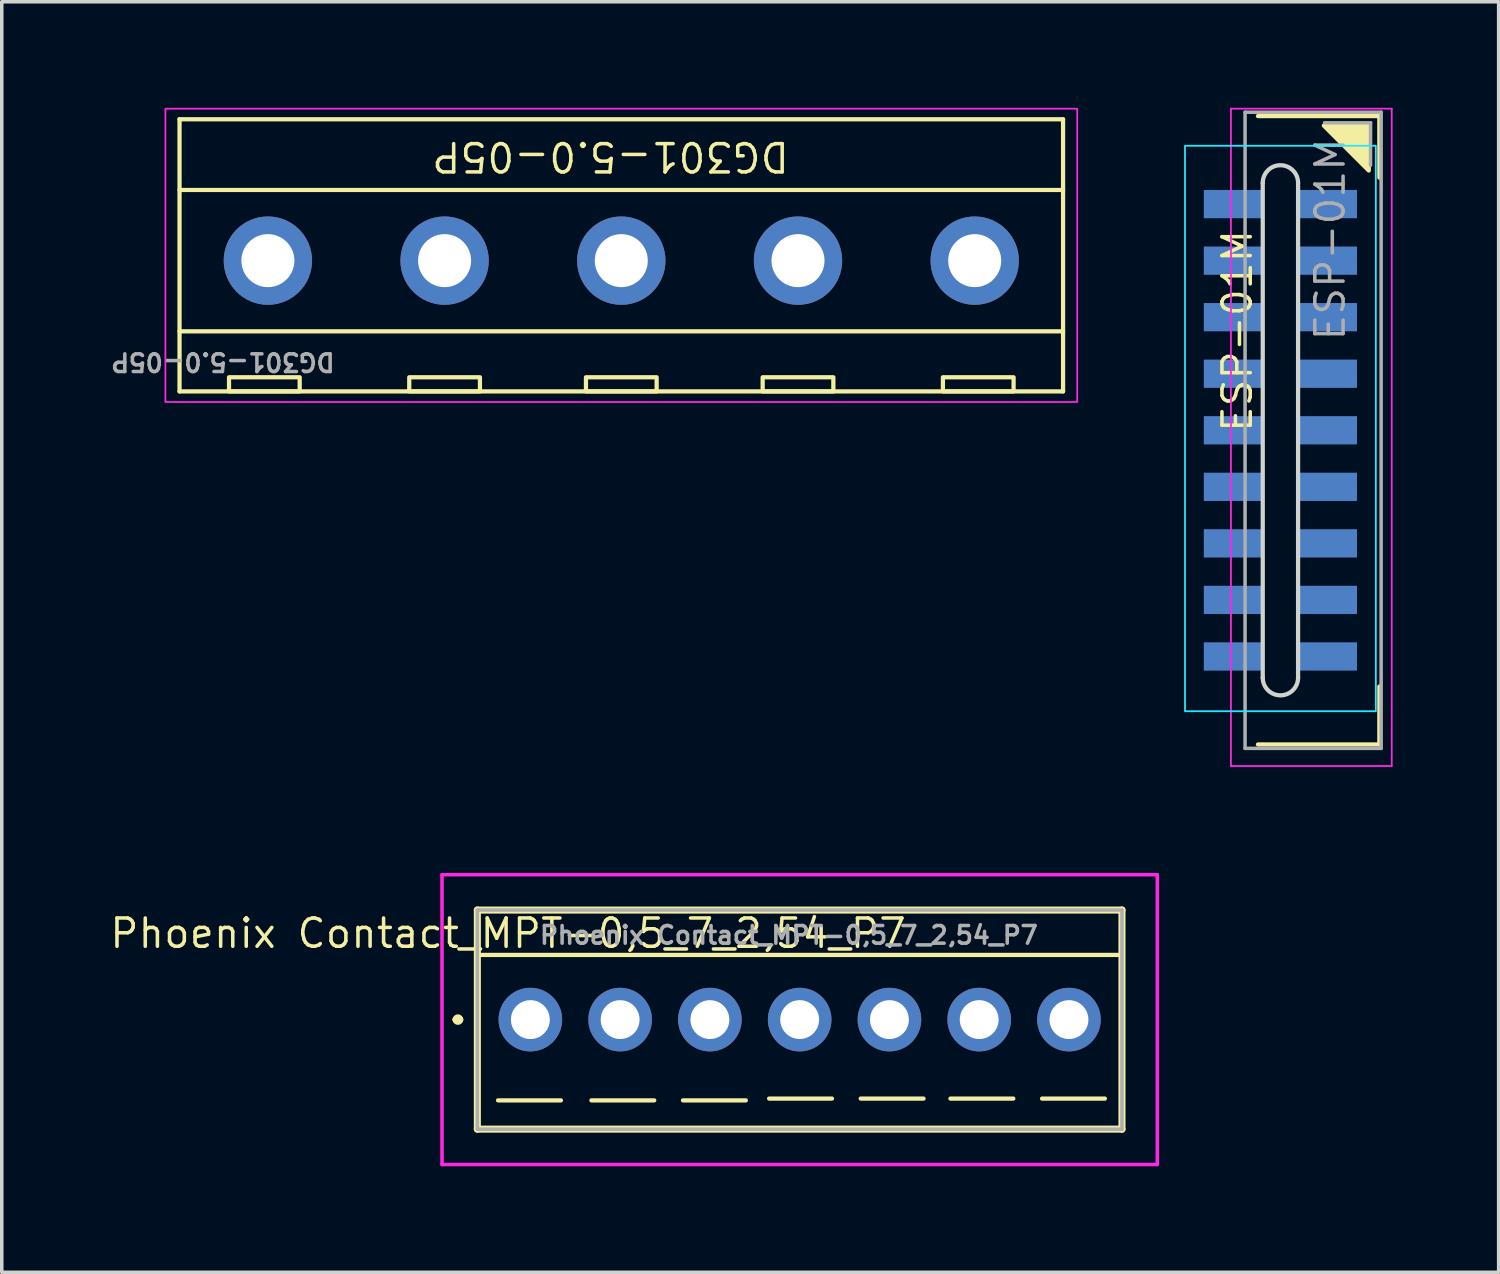
<source format=kicad_pcb>
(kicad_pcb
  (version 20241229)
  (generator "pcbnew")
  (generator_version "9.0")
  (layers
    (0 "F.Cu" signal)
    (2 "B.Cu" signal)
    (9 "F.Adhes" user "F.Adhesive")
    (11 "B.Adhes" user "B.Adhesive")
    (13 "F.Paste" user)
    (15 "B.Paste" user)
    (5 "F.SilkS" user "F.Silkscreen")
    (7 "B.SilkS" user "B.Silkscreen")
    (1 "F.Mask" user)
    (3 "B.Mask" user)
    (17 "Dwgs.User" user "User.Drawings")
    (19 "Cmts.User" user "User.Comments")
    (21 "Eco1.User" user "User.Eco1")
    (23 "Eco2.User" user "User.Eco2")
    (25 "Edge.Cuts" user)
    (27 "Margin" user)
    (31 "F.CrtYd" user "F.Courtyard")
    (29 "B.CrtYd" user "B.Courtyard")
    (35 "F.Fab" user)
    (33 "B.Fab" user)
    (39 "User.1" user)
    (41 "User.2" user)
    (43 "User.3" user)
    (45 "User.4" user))
  (footprint "ESP-01M"
    (layer "F.Cu")
    (at 33.18 9.125)
    (property "Reference" "ESP-01M" (at -1.219 -2.811 90) (layer "F.SilkS") (effects (font (size 0.8 0.8) (thickness 0.1))))
    (fp_line (start -0.635 -8.89) (end 2.8 -8.89) (stroke (width 0.12) (type solid)) (layer "F.SilkS"))
    (fp_line (start 2.8 -8.89) (end 2.8 -7.15) (stroke (width 0.12) (type solid)) (layer "F.SilkS"))
    (fp_line (start 2.8 7.25) (end 2.8 8.89) (stroke (width 0.12) (type solid)) (layer "F.SilkS"))
    (fp_line (start 2.8 8.89) (end -0.635 8.89) (stroke (width 0.12) (type solid)) (layer "F.SilkS"))
    (fp_poly (pts (xy 2.5 -7.35) (xy 1.23 -8.62) (xy 2.5 -8.62)) (stroke (width 0.12) (type solid)) (fill yes) (layer "F.SilkS"))
    (fp_line (start -0.5 -7) (end -0.5 7) (stroke (width 0.12) (type solid)) (layer "Edge.Cuts"))
    (fp_line (start 0.5 -7) (end 0.5 7) (stroke (width 0.12) (type solid)) (layer "Edge.Cuts"))
    (fp_arc (start -0.5 -7) (mid 0 -7.5) (end 0.5 -7) (stroke (width 0.12) (type solid)) (layer "Edge.Cuts"))
    (fp_arc (start 0.5 7) (mid 0 7.5) (end -0.5 7) (stroke (width 0.12) (type solid)) (layer "Edge.Cuts"))
    (fp_rect (start -2.7 -8.05) (end 2.7 7.95) (stroke (width 0.05) (type default)) (fill no) (layer "B.CrtYd"))
    (fp_line (start -1.4 -9.1) (end 3.15 -9.1) (stroke (width 0.05) (type solid)) (layer "F.CrtYd"))
    (fp_line (start -1.4 9.5) (end -1.4 -9.1) (stroke (width 0.05) (type solid)) (layer "F.CrtYd"))
    (fp_line (start 3.15 -9.1) (end 3.15 9.5) (stroke (width 0.05) (type solid)) (layer "F.CrtYd"))
    (fp_line (start 3.15 9.5) (end -1.4 9.5) (stroke (width 0.05) (type solid)) (layer "F.CrtYd"))
    (fp_line (start -1 -9) (end 2.85 -9) (stroke (width 0.1) (type solid)) (layer "F.Fab"))
    (fp_line (start -1 9) (end -1 -9) (stroke (width 0.1) (type solid)) (layer "F.Fab"))
    (fp_line (start 1.25 -8.7) (end 2.55 -8.7) (stroke (width 0.1) (type solid)) (layer "F.Fab"))
    (fp_line (start 2.55 -8.7) (end 2.55 -7.5) (stroke (width 0.1) (type solid)) (layer "F.Fab"))
    (fp_line (start 2.85 -9) (end 2.85 9) (stroke (width 0.1) (type solid)) (layer "F.Fab"))
    (fp_line (start 2.85 9) (end -1 9) (stroke (width 0.1) (type solid)) (layer "F.Fab"))
    (fp_text user "${REFERENCE}" (at 1.408 -5.402 90) (layer "F.Fab") (effects (font (size 0.8 0.8) (thickness 0.1))))
    (pad "1" connect rect (at 1.35 -6.4) (size 1.635 0.8) (layers "B.Cu" "B.Mask"))
    (pad "2" connect rect (at 1.35 -4.8) (size 1.635 0.8) (layers "B.Cu" "B.Mask"))
    (pad "3" connect rect (at 1.35 -3.2) (size 1.635 0.8) (layers "B.Cu" "B.Mask"))
    (pad "4" connect rect (at 1.35 -1.6) (size 1.635 0.8) (layers "B.Cu" "B.Mask"))
    (pad "5" connect rect (at 1.35 0) (size 1.635 0.8) (layers "B.Cu" "B.Mask"))
    (pad "6" connect rect (at 1.35 1.6) (size 1.635 0.8) (layers "B.Cu" "B.Mask"))
    (pad "7" connect rect (at 1.35 3.2) (size 1.635 0.8) (layers "B.Cu" "B.Mask"))
    (pad "8" connect rect (at 1.35 4.8) (size 1.635 0.8) (layers "B.Cu" "B.Mask"))
    (pad "9" connect rect (at 1.35 6.4) (size 1.635 0.8) (layers "B.Cu" "B.Mask"))
    (pad "10" connect rect (at -1.35 6.4) (size 1.635 0.8) (layers "B.Cu" "B.Mask"))
    (pad "11" connect rect (at -1.35 4.8) (size 1.635 0.8) (layers "B.Cu" "B.Mask"))
    (pad "12" connect rect (at -1.35 3.2) (size 1.635 0.8) (layers "B.Cu" "B.Mask"))
    (pad "13" connect rect (at -1.35 1.6) (size 1.635 0.8) (layers "B.Cu" "B.Mask"))
    (pad "14" connect rect (at -1.35 0) (size 1.635 0.8) (layers "B.Cu" "B.Mask"))
    (pad "15" connect rect (at -1.35 -1.6) (size 1.635 0.8) (layers "B.Cu" "B.Mask"))
    (pad "16" connect rect (at -1.35 -3.2) (size 1.635 0.8) (layers "B.Cu" "B.Mask"))
    (pad "17" connect rect (at -1.35 -4.8) (size 1.635 0.8) (layers "B.Cu" "B.Mask"))
    (pad "18" connect rect (at -1.35 -6.4) (size 1.635 0.8) (layers "B.Cu" "B.Mask")))
  (footprint "Phoenix Contact_MPT-0,5_7_2,54_P7"
    (layer "F.Cu")
    (at 19.577 25.8)
    (property "Reference" "Phoenix Contact_MPT-0,5_7_2,54_P7" (at -8.25 -2.44 0) (layer "F.SilkS") (effects (font (size 0.8 0.8) (thickness 0.1))))
    (attr through_hole)
    (fp_line (start -9.72 0) (end -9.72 0) (stroke (width 0.2) (type solid)) (layer "F.SilkS"))
    (fp_line (start -9.72 0) (end -9.62 0) (stroke (width 0.2) (type solid)) (layer "F.SilkS"))
    (fp_line (start -9.62 0) (end -9.62 0) (stroke (width 0.2) (type solid)) (layer "F.SilkS"))
    (fp_line (start -9.12 -3.1) (end 9.12 -3.1) (stroke (width 0.2) (type solid)) (layer "F.SilkS"))
    (fp_line (start -9.12 3.1) (end -9.12 -3.1) (stroke (width 0.2) (type solid)) (layer "F.SilkS"))
    (fp_line (start -9.093 -1.829) (end 9.144 -1.829) (stroke (width 0.12) (type solid)) (layer "F.SilkS"))
    (fp_line (start -8.534 2.286) (end -6.756 2.286) (stroke (width 0.12) (type solid)) (layer "F.SilkS"))
    (fp_line (start -5.893 2.286) (end -4.115 2.286) (stroke (width 0.12) (type solid)) (layer "F.SilkS"))
    (fp_line (start -3.302 2.286) (end -1.524 2.286) (stroke (width 0.12) (type solid)) (layer "F.SilkS"))
    (fp_line (start -0.864 2.235) (end 0.914 2.235) (stroke (width 0.12) (type solid)) (layer "F.SilkS"))
    (fp_line (start 1.727 2.235) (end 3.505 2.235) (stroke (width 0.12) (type solid)) (layer "F.SilkS"))
    (fp_line (start 4.267 2.235) (end 6.045 2.235) (stroke (width 0.12) (type solid)) (layer "F.SilkS"))
    (fp_line (start 6.858 2.235) (end 8.636 2.235) (stroke (width 0.12) (type solid)) (layer "F.SilkS"))
    (fp_line (start 9.12 -3.1) (end 9.12 3.1) (stroke (width 0.2) (type solid)) (layer "F.SilkS"))
    (fp_line (start 9.12 3.1) (end -9.12 3.1) (stroke (width 0.2) (type solid)) (layer "F.SilkS"))
    (fp_arc (start -9.72 0) (mid -9.67 -0.05) (end -9.62 0) (stroke (width 0.2) (type solid)) (layer "F.SilkS"))
    (fp_arc (start -9.62 0) (mid -9.67 0.05) (end -9.72 0) (stroke (width 0.2) (type solid)) (layer "F.SilkS"))
    (fp_line (start -10.12 -4.1) (end 10.12 -4.1) (stroke (width 0.1) (type solid)) (layer "F.CrtYd"))
    (fp_line (start -10.12 4.1) (end -10.12 -4.1) (stroke (width 0.1) (type solid)) (layer "F.CrtYd"))
    (fp_line (start 10.12 -4.1) (end 10.12 4.1) (stroke (width 0.1) (type solid)) (layer "F.CrtYd"))
    (fp_line (start 10.12 4.1) (end -10.12 4.1) (stroke (width 0.1) (type solid)) (layer "F.CrtYd"))
    (fp_line (start -9.12 -3.1) (end 9.12 -3.1) (stroke (width 0.1) (type solid)) (layer "F.Fab"))
    (fp_line (start -9.12 3.1) (end -9.12 -3.1) (stroke (width 0.1) (type solid)) (layer "F.Fab"))
    (fp_line (start 9.12 -3.1) (end 9.12 3.1) (stroke (width 0.1) (type solid)) (layer "F.Fab"))
    (fp_line (start 9.12 3.1) (end -9.12 3.1) (stroke (width 0.1) (type solid)) (layer "F.Fab"))
    (fp_text user "${REFERENCE}" (at -0.305 -2.388 0) (layer "F.Fab") (effects (font (size 0.5 0.5) (thickness 0.1))))
    (pad "1" thru_hole circle (at -7.62 0) (size 1.8 1.8) (drill 1.1) (layers "*.Cu" "*.Mask"))
    (pad "2" thru_hole circle (at -5.08 0) (size 1.8 1.8) (drill 1.1) (layers "*.Cu" "*.Mask"))
    (pad "3" thru_hole circle (at -2.54 0) (size 1.8 1.8) (drill 1.1) (layers "*.Cu" "*.Mask"))
    (pad "4" thru_hole circle (at 0 0) (size 1.8 1.8) (drill 1.1) (layers "*.Cu" "*.Mask"))
    (pad "5" thru_hole circle (at 2.54 0) (size 1.8 1.8) (drill 1.1) (layers "*.Cu" "*.Mask"))
    (pad "6" thru_hole circle (at 5.08 0) (size 1.8 1.8) (drill 1.1) (layers "*.Cu" "*.Mask"))
    (pad "7" thru_hole circle (at 7.62 0) (size 1.8 1.8) (drill 1.1) (layers "*.Cu" "*.Mask")))
  (footprint "DG301-5.0-05P"
    (layer "F.Cu")
    (at 14.53 4.325)
    (property "Reference" "DG301-5.0-05P" (at -0.305 -2.946 180) (unlocked yes) (layer "F.SilkS") (effects (font (size 0.8 0.8) (thickness 0.1))))
    (attr through_hole)
    (fp_line (start -12.5 -4) (end -12.5 3.7) (stroke (width 0.12) (type solid)) (layer "F.SilkS"))
    (fp_line (start -12.5 -4) (end 12.5 -4) (stroke (width 0.12) (type solid)) (layer "F.SilkS"))
    (fp_line (start -12.5 -2) (end 12.5 -2) (stroke (width 0.12) (type solid)) (layer "F.SilkS"))
    (fp_line (start -12.5 2) (end 12.5 2) (stroke (width 0.12) (type solid)) (layer "F.SilkS"))
    (fp_line (start -12.5 3.7) (end 12.5 3.7) (stroke (width 0.12) (type solid)) (layer "F.SilkS"))
    (fp_line (start 12.5 -4) (end 12.5 3.7) (stroke (width 0.12) (type solid)) (layer "F.SilkS"))
    (fp_rect (start -11.1 3.7) (end -9.1 3.3) (stroke (width 0.12) (type solid)) (fill no) (layer "F.SilkS"))
    (fp_rect (start -6 3.7) (end -4 3.3) (stroke (width 0.12) (type solid)) (fill no) (layer "F.SilkS"))
    (fp_rect (start -1 3.7) (end 1 3.3) (stroke (width 0.12) (type solid)) (fill no) (layer "F.SilkS"))
    (fp_rect (start 4 3.7) (end 6 3.3) (stroke (width 0.12) (type solid)) (fill no) (layer "F.SilkS"))
    (fp_rect (start 9.1 3.7) (end 11.1 3.3) (stroke (width 0.12) (type solid)) (fill no) (layer "F.SilkS"))
    (fp_rect (start -12.9 -4.3) (end 12.9 4) (stroke (width 0.05) (type solid)) (fill no) (layer "F.CrtYd"))
    (fp_text user "${REFERENCE}" (at -11.275 2.863 180) (unlocked yes) (layer "F.Fab") (effects (font (size 0.5 0.5) (thickness 0.1))))
    (pad "1" thru_hole circle (at -10 0) (size 2.5 2.5) (drill 1.5) (layers "*.Cu" "*.Mask"))
    (pad "2" thru_hole circle (at -5 0) (size 2.5 2.5) (drill 1.5) (layers "*.Cu" "*.Mask"))
    (pad "3" thru_hole circle (at 0 0) (size 2.5 2.5) (drill 1.5) (layers "*.Cu" "*.Mask"))
    (pad "4" thru_hole circle (at 5 0) (size 2.5 2.5) (drill 1.5) (layers "*.Cu" "*.Mask"))
    (pad "5" thru_hole circle (at 10 0) (size 2.5 2.5) (drill 1.5) (layers "*.Cu" "*.Mask")))
  (gr_rect
    (start -3 -3)
    (end 39.355 32.95)
    (stroke (width 0.1) (type default))
    (fill no)
    (layer "Edge.Cuts")))
</source>
